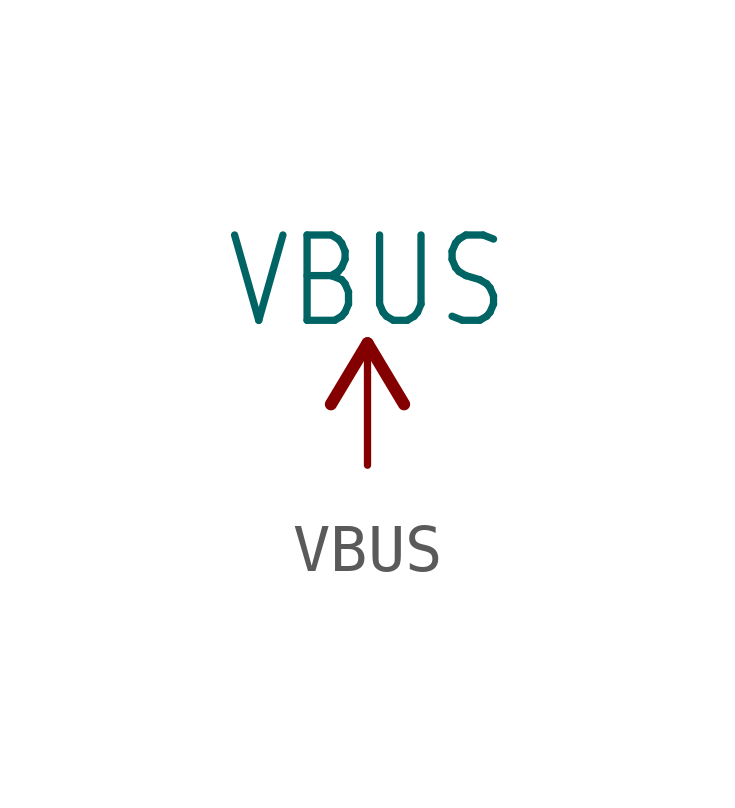
<source format=kicad_sym>
(kicad_symbol_lib
  (version 20220914)
  (generator kicad_symbol_editor)
  (symbol "VBUS"
    (power)
    (property "Reference" "#VBUS"
      (at 0 0 0)
      (effects (font (size 1.27 1.27)) hide))
    (property "Value" "VBUS"
      (at 0 0.254 0)
      (effects (font (size 1.778 1.511)) (justify bottom)))
    (property "ki_locked" ""
      (at 0 0 0)
      (effects (font (size 1.27 1.27))))
    (symbol "VBUS_1_0"
      (polyline (pts (xy 0 0) (xy -0.762 -1.27)) (stroke (width 0.254) (type solid)) (fill (type none)))
      (polyline (pts (xy 0.762 -1.27) (xy 0 0)) (stroke (width 0.254) (type solid)) (fill (type none)))
      (pin power_in line (at 0 -2.54 90) (length 2.54) (name "VBUS" (effects (font (size 0 0)))) (number "1" (effects (font (size 0 0))))))))
</source>
